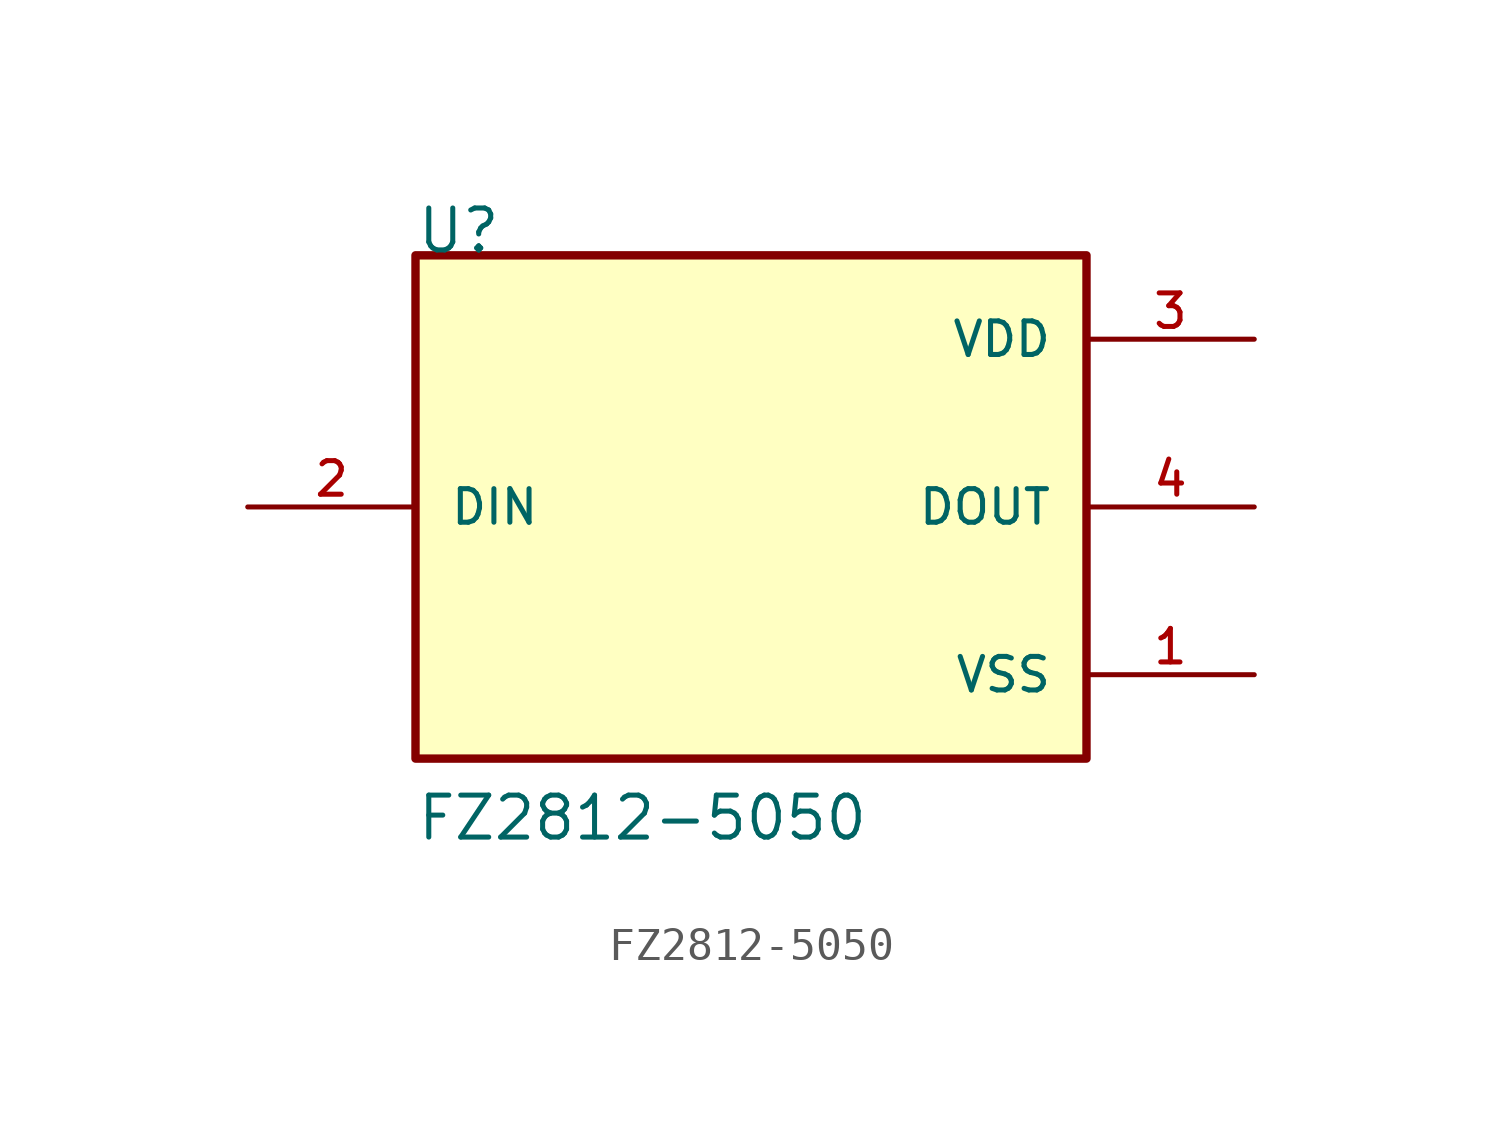
<source format=kicad_sym>
(kicad_symbol_lib
  (version 20211014)
  (generator kicad_symbol_editor)
  (symbol "FZ2812-5050"
    (pin_names
      (offset 1.016))
    (property "Reference" "U"
      (at -10.16 7.62 0)
      (effects (font (size 1.27 1.27)) (justify bottom left)))
    (property "Value" "FZ2812-5050"
      (at -10.16 -10.16 0)
      (effects (font (size 1.27 1.27)) (justify bottom left)))
    (symbol "FZ2812-5050_0_0"
      (rectangle (start -10.16 -7.62) (end 10.16 7.62) (stroke (width 0.254)) (fill (type background)))
      (pin power_in line (at 15.24 -5.08 180.0) (length 5.08) (name "VSS" (effects (font (size 1.016 1.016)))) (number "1" (effects (font (size 1.016 1.016)))))
      (pin power_in line (at 15.24 5.08 180.0) (length 5.08) (name "VDD" (effects (font (size 1.016 1.016)))) (number "3" (effects (font (size 1.016 1.016)))))
      (pin input line (at -15.24 0.0 0) (length 5.08) (name "DIN" (effects (font (size 1.016 1.016)))) (number "2" (effects (font (size 1.016 1.016)))))
      (pin output line (at 15.24 0.0 180.0) (length 5.08) (name "DOUT" (effects (font (size 1.016 1.016)))) (number "4" (effects (font (size 1.016 1.016))))))))
</source>
